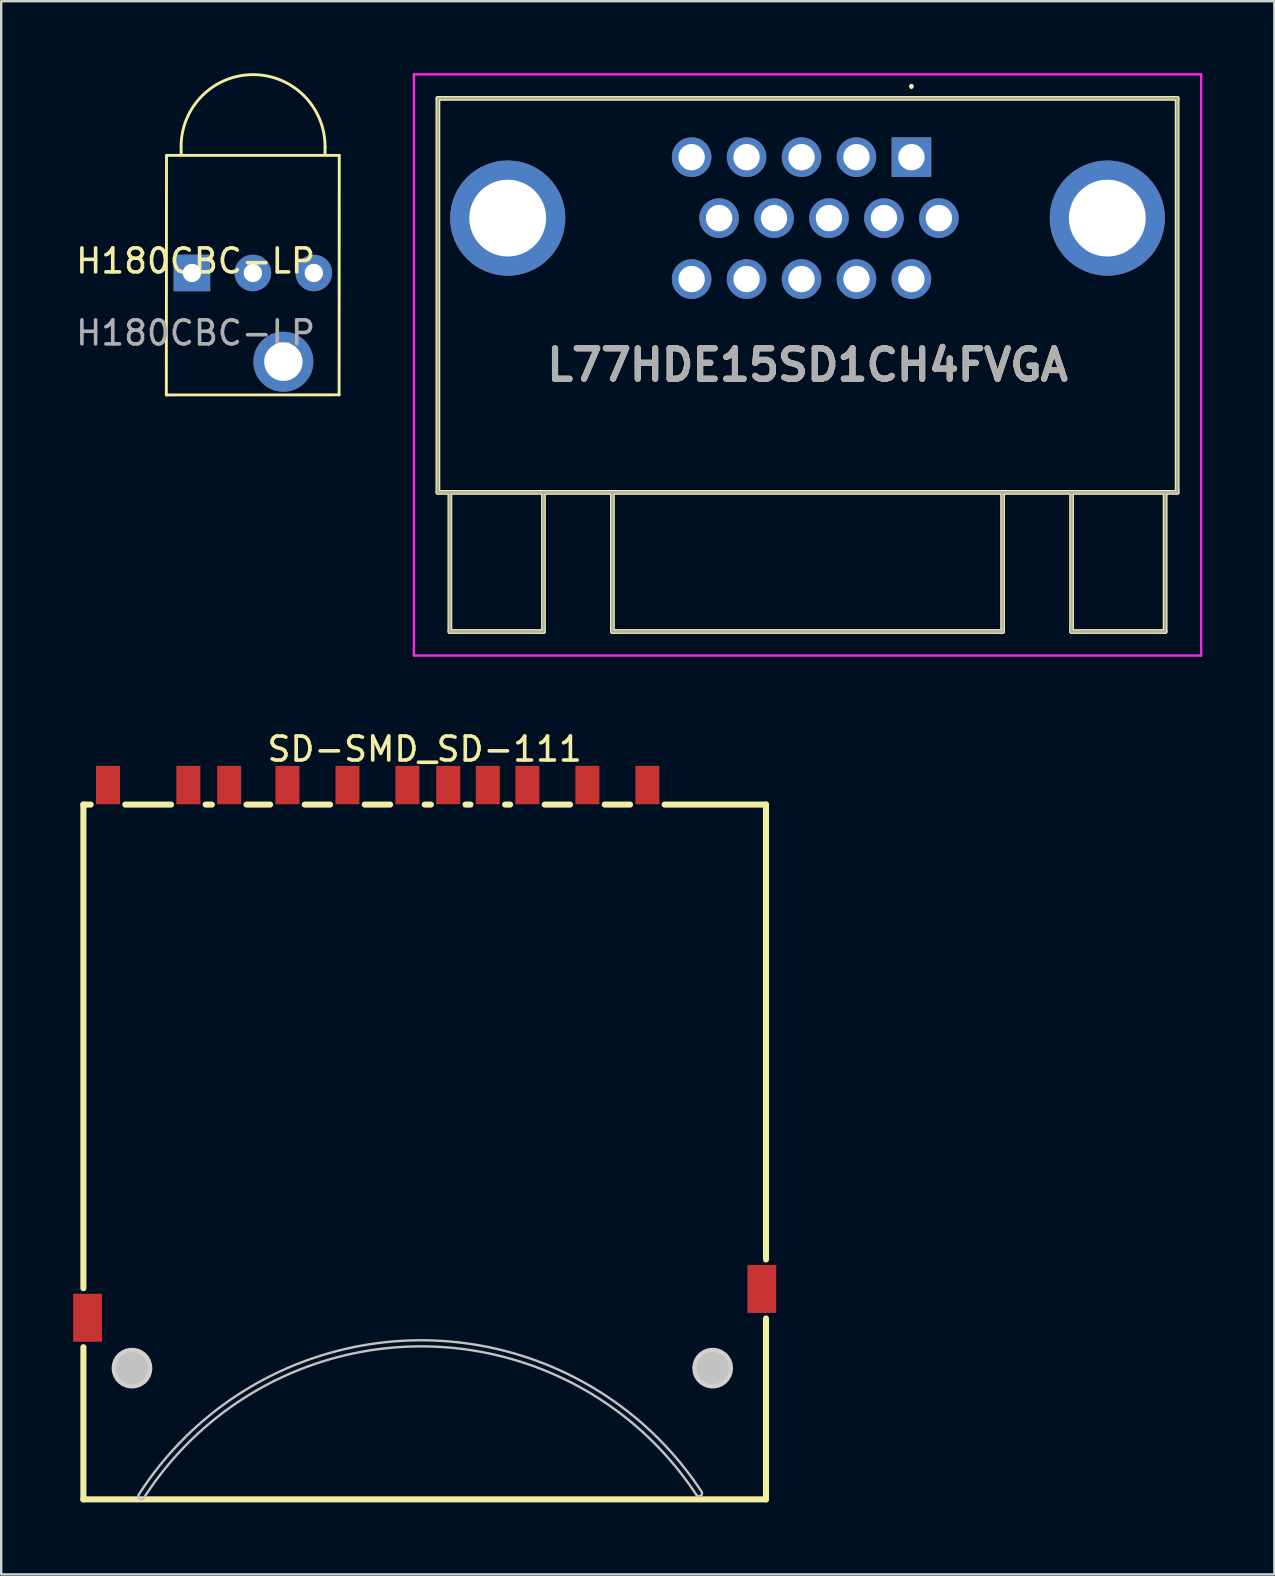
<source format=kicad_pcb>
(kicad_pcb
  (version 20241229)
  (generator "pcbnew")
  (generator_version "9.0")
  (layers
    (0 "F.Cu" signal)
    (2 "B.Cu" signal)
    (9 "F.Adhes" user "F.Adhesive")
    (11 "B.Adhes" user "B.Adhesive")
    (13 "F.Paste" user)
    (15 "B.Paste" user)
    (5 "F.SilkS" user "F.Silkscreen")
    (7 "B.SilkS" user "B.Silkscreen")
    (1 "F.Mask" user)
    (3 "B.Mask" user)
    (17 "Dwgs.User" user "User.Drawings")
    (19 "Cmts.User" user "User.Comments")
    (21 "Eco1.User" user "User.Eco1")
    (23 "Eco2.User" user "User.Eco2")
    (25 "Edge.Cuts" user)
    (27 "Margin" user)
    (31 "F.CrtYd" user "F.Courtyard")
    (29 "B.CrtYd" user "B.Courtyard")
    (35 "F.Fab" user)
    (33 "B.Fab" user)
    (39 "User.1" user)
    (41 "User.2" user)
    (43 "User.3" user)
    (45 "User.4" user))
  (footprint "SD-SMD_SD-111"
    (layer "F.Cu")
    (at 14.65 40.768)
    (property "Reference" "SD-SMD_SD-111" (at 0 -12.6 0) (layer "F.SilkS") (effects (font (size 1 1) (thickness 0.15))))
    (fp_line (start -14.224 -10.287) (end -14.224 9.87) (stroke (width 0.254) (type default)) (layer "F.SilkS"))
    (fp_line (start -14.224 12.329) (end -14.224 18.669) (stroke (width 0.254) (type default)) (layer "F.SilkS"))
    (fp_line (start -14.224 18.669) (end 14.224 18.669) (stroke (width 0.254) (type default)) (layer "F.SilkS"))
    (fp_line (start -13.922 -10.287) (end -14.224 -10.287) (stroke (width 0.254) (type default)) (layer "F.SilkS"))
    (fp_line (start -10.572 -10.287) (end -12.477 -10.287) (stroke (width 0.254) (type default)) (layer "F.SilkS"))
    (fp_line (start -8.873 -10.287) (end -9.127 -10.287) (stroke (width 0.254) (type default)) (layer "F.SilkS"))
    (fp_line (start -6.442 -10.287) (end -7.428 -10.287) (stroke (width 0.254) (type default)) (layer "F.SilkS"))
    (fp_line (start -3.942 -10.287) (end -4.997 -10.287) (stroke (width 0.254) (type default)) (layer "F.SilkS"))
    (fp_line (start -1.442 -10.287) (end -2.498 -10.287) (stroke (width 0.254) (type default)) (layer "F.SilkS"))
    (fp_line (start 0.258 -10.287) (end 0.003 -10.287) (stroke (width 0.254) (type default)) (layer "F.SilkS"))
    (fp_line (start 1.907 -10.287) (end 1.702 -10.287) (stroke (width 0.254) (type default)) (layer "F.SilkS"))
    (fp_line (start 3.558 -10.287) (end 3.353 -10.287) (stroke (width 0.254) (type default)) (layer "F.SilkS"))
    (fp_line (start 6.058 -10.287) (end 5.003 -10.287) (stroke (width 0.254) (type default)) (layer "F.SilkS"))
    (fp_line (start 8.557 -10.287) (end 7.503 -10.287) (stroke (width 0.254) (type default)) (layer "F.SilkS"))
    (fp_line (start 14.224 -10.287) (end 10.002 -10.287) (stroke (width 0.254) (type default)) (layer "F.SilkS"))
    (fp_line (start 14.224 8.671) (end 14.224 -10.287) (stroke (width 0.254) (type default)) (layer "F.SilkS"))
    (fp_line (start 14.224 18.669) (end 14.224 11.13) (stroke (width 0.254) (type default)) (layer "F.SilkS"))
    (fp_circle (center -12.2 13.2) (end -11.862 13.2) (stroke (width 0.675) (type default)) (fill no) (layer "Dwgs.User"))
    (fp_circle (center 12 13.2) (end 12.338 13.2) (stroke (width 0.675) (type default)) (fill no) (layer "Dwgs.User"))
    (fp_poly (pts (arc (start -11.704 18.6105) (mid -11.750015 18.653454) (end -11.811 18.669)) (arc (start -11.811 18.669) (mid -11.900803 18.631803) (end -11.938 18.542)) (arc (start -11.938 18.542) (mid -11.932887 18.506327) (end -11.918 18.4735)) (arc (start -11.918 18.4735) (mid -6.855722 13.753029) (end -0.1495 12.0395)) (arc (start -0.1495 12.0395) (mid 6.489705 13.7166) (end 11.536 18.3455)) (arc (start 11.536 18.3455) (mid 11.551718 18.378943) (end 11.5575 18.4155)) (arc (start 11.5575 18.4155) (mid 11.520303 18.505303) (end 11.4305 18.5425)) (arc (start 11.4305 18.5425) (mid 11.369841 18.527077) (end 11.324 18.4845)) (arc (start 11.324 18.4845) (mid 6.369245 13.939625) (end -0.1495 12.2935)) (arc (start -0.1495 12.2935) (mid -6.733809 13.975831) (end -11.704 18.6105))) (stroke (width 0.1) (type default)) (fill no) (layer "Dwgs.User"))
    (fp_poly (pts (xy -11.35 13.2) (xy -11.369 13.023) (xy -11.423 12.854) (xy -11.512 12.7) (xy -11.631 12.568) (xy -11.775 12.464) (xy -11.937 12.392) (xy -12.111 12.355) (xy -12.289 12.355) (xy -12.463 12.392) (xy -12.625 12.464) (xy -12.769 12.568) (xy -12.888 12.7) (xy -12.977 12.854) (xy -13.031 13.023) (xy -13.05 13.2) (xy -13.031 13.377) (xy -12.977 13.546) (xy -12.888 13.7) (xy -12.769 13.832) (xy -12.625 13.936) (xy -12.463 14.008) (xy -12.289 14.045) (xy -12.111 14.045) (xy -11.937 14.008) (xy -11.775 13.936) (xy -11.631 13.832) (xy -11.512 13.7) (xy -11.423 13.546) (xy -11.369 13.377)) (stroke (width 0) (type default)) (fill yes) (layer "Edge.Cuts"))
    (fp_poly (pts (xy 12.85 13.2) (xy 12.831 13.023) (xy 12.777 12.854) (xy 12.688 12.7) (xy 12.569 12.568) (xy 12.425 12.464) (xy 12.263 12.392) (xy 12.089 12.355) (xy 11.911 12.355) (xy 11.737 12.392) (xy 11.575 12.464) (xy 11.431 12.568) (xy 11.312 12.7) (xy 11.223 12.854) (xy 11.169 13.023) (xy 11.15 13.2) (xy 11.169 13.377) (xy 11.223 13.546) (xy 11.312 13.7) (xy 11.431 13.832) (xy 11.575 13.936) (xy 11.737 14.008) (xy 11.911 14.045) (xy 12.089 14.045) (xy 12.263 14.008) (xy 12.425 13.936) (xy 12.569 13.832) (xy 12.688 13.7) (xy 12.777 13.546) (xy 12.831 13.377)) (stroke (width 0) (type default)) (fill yes) (layer "Edge.Cuts"))
    (fp_poly (pts (xy -14.4 10.4) (xy -13.7 10.4) (xy -13.7 11.8) (xy -14.4 11.8)) (stroke (width 0.1) (type default)) (fill no) (layer "User.1"))
    (fp_poly (pts (xy -13.325 -11.7) (xy -13.075 -11.7) (xy -13.075 -10.3) (xy -13.325 -10.3)) (stroke (width 0.1) (type default)) (fill no) (layer "User.1"))
    (fp_poly (pts (xy -9.975 -11.7) (xy -9.725 -11.7) (xy -9.725 -10.3) (xy -9.975 -10.3)) (stroke (width 0.1) (type default)) (fill no) (layer "User.1"))
    (fp_poly (pts (xy -8.275 -11.7) (xy -8.025 -11.7) (xy -8.025 -10.3) (xy -8.275 -10.3)) (stroke (width 0.1) (type default)) (fill no) (layer "User.1"))
    (fp_poly (pts (xy -5.845 -11.7) (xy -5.595 -11.7) (xy -5.595 -10.3) (xy -5.845 -10.3)) (stroke (width 0.1) (type default)) (fill no) (layer "User.1"))
    (fp_poly (pts (xy -3.345 -11.7) (xy -3.095 -11.7) (xy -3.095 -10.3) (xy -3.345 -10.3)) (stroke (width 0.1) (type default)) (fill no) (layer "User.1"))
    (fp_poly (pts (xy -0.845 -11.7) (xy -0.595 -11.7) (xy -0.595 -10.3) (xy -0.845 -10.3)) (stroke (width 0.1) (type default)) (fill no) (layer "User.1"))
    (fp_poly (pts (xy 0.855 -11.7) (xy 1.105 -11.7) (xy 1.105 -10.3) (xy 0.855 -10.3)) (stroke (width 0.1) (type default)) (fill no) (layer "User.1"))
    (fp_poly (pts (xy 2.505 -11.7) (xy 2.755 -11.7) (xy 2.755 -10.3) (xy 2.505 -10.3)) (stroke (width 0.1) (type default)) (fill no) (layer "User.1"))
    (fp_poly (pts (xy 4.155 -11.7) (xy 4.405 -11.7) (xy 4.405 -10.3) (xy 4.155 -10.3)) (stroke (width 0.1) (type default)) (fill no) (layer "User.1"))
    (fp_poly (pts (xy 6.655 -11.7) (xy 6.905 -11.7) (xy 6.905 -10.3) (xy 6.655 -10.3)) (stroke (width 0.1) (type default)) (fill no) (layer "User.1"))
    (fp_poly (pts (xy 9.155 -11.7) (xy 9.405 -11.7) (xy 9.405 -10.3) (xy 9.155 -10.3)) (stroke (width 0.1) (type default)) (fill no) (layer "User.1"))
    (fp_poly (pts (xy 13.7 9.2) (xy 14.4 9.2) (xy 14.4 10.6) (xy 13.7 10.6)) (stroke (width 0.1) (type default)) (fill no) (layer "User.1"))
    (fp_line (start -14.25 -10.331) (end 14.25 -10.331) (stroke (width 0.051) (type default)) (layer "User.2"))
    (fp_line (start -14.25 18.669) (end -14.25 -10.331) (stroke (width 0.051) (type default)) (layer "User.2"))
    (fp_line (start 14.25 -10.331) (end 14.25 18.669) (stroke (width 0.051) (type default)) (layer "User.2"))
    (fp_line (start 14.25 18.669) (end -14.25 18.669) (stroke (width 0.051) (type default)) (layer "User.2"))
    (fp_poly (pts (xy 14.46 -11.7) (xy 14.442 -11.742) (xy 14.4 -11.76) (xy 14.358 -11.742) (xy 14.34 -11.7) (xy 14.358 -11.658) (xy 14.4 -11.64) (xy 14.442 -11.658)) (stroke (width 0.1) (type default)) (fill no) (layer "User.3"))
    (pad "1" smd rect (at 6.78 -11.1) (size 1 1.6) (layers "F.Cu" "F.Mask" "F.Paste"))
    (pad "2" smd rect (at 4.28 -11.1) (size 1 1.6) (layers "F.Cu" "F.Mask" "F.Paste"))
    (pad "3" smd rect (at 0.98 -11.1) (size 1 1.6) (layers "F.Cu" "F.Mask" "F.Paste"))
    (pad "4" smd rect (at -0.72 -11.1) (size 1 1.6) (layers "F.Cu" "F.Mask" "F.Paste"))
    (pad "5" smd rect (at -3.22 -11.1) (size 1 1.6) (layers "F.Cu" "F.Mask" "F.Paste"))
    (pad "6" smd rect (at -5.72 -11.1) (size 1 1.6) (layers "F.Cu" "F.Mask" "F.Paste"))
    (pad "7" smd rect (at -8.15 -11.1) (size 1 1.6) (layers "F.Cu" "F.Mask" "F.Paste"))
    (pad "8" smd rect (at -9.85 -11.1) (size 1 1.6) (layers "F.Cu" "F.Mask" "F.Paste"))
    (pad "9" smd rect (at 9.28 -11.1) (size 1 1.6) (layers "F.Cu" "F.Mask" "F.Paste"))
    (pad "10" smd rect (at 2.63 -11.1) (size 1 1.6) (layers "F.Cu" "F.Mask" "F.Paste"))
    (pad "11" smd rect (at -13.2 -11.1) (size 1 1.6) (layers "F.Cu" "F.Mask" "F.Paste"))
    (pad "12" smd rect (at -14.05 11.1) (size 1.2 2) (layers "F.Cu" "F.Mask" "F.Paste"))
    (pad "13" smd rect (at 14.05 9.9) (size 1.2 2) (layers "F.Cu" "F.Mask" "F.Paste")))
  (footprint "H180CBC-LP"
    (layer "F.Cu")
    (at 7.489 8.326)
    (property "Reference" "H180CBC-LP" (at -2.388 -0.5 0) (unlocked yes) (layer "F.SilkS") (effects (font (size 1 1) (thickness 0.15))))
    (attr through_hole)
    (fp_line (start -3.607 5.083) (end 3.593 5.08) (stroke (width 0.12) (type default)) (layer "F.SilkS"))
    (fp_line (start -3.6 -4.897) (end -3.607 5.083) (stroke (width 0.12) (type default)) (layer "F.SilkS"))
    (fp_line (start -3.6 -4.9) (end 3.6 -4.9) (stroke (width 0.12) (type default)) (layer "F.SilkS"))
    (fp_line (start -2.99 -5.236) (end -2.991 -4.936) (stroke (width 0.12) (type default)) (layer "F.SilkS"))
    (fp_line (start 3.008 -5.261) (end 3.007 -4.961) (stroke (width 0.12) (type default)) (layer "F.SilkS"))
    (fp_line (start 3.6 -4.9) (end 3.593 5.08) (stroke (width 0.12) (type default)) (layer "F.SilkS"))
    (fp_arc (start -2.991752 -5.264267) (mid 0.007319 -8.266121) (end 3.008247 -5.266123) (stroke (width 0.12) (type default)) (layer "F.SilkS"))
    (fp_text user "${REFERENCE}" (at -2.388 2.5 0) (unlocked yes) (layer "F.Fab") (effects (font (size 1 1) (thickness 0.15))))
    (pad "" thru_hole circle (at 1.27 3.7) (size 2.5 2.5) (drill 1.6) (layers "*.Cu" "*.Mask"))
    (pad "1" thru_hole rect (at -2.54 0) (size 1.524 1.524) (drill 0.762) (layers "*.Cu" "*.Mask"))
    (pad "2" thru_hole circle (at 0 0) (size 1.524 1.524) (drill 0.762) (layers "*.Cu" "*.Mask"))
    (pad "3" thru_hole circle (at 2.54 0) (size 1.524 1.524) (drill 0.762) (layers "*.Cu" "*.Mask")))
  (footprint "L77HDE15SD1CH4FVGA"
    (layer "F.Cu")
    (at 34.934 3.5)
    (property "Reference" "L77HDE15SD1CH4FVGA" (at -4.33 8.66 0) (layer "F.SilkS") (effects (font (size 1.27 1.27) (thickness 0.254))))
    (attr through_hole)
    (fp_line (start -19.735 -2.45) (end 11.075 -2.45) (stroke (width 0.2) (type solid)) (layer "F.SilkS"))
    (fp_line (start -19.735 13.97) (end -19.735 -2.45) (stroke (width 0.2) (type solid)) (layer "F.SilkS"))
    (fp_line (start -19.235 13.97) (end -19.235 19.77) (stroke (width 0.2) (type solid)) (layer "F.SilkS"))
    (fp_line (start -19.235 19.77) (end -15.335 19.77) (stroke (width 0.2) (type solid)) (layer "F.SilkS"))
    (fp_line (start -15.335 19.77) (end -15.335 13.97) (stroke (width 0.2) (type solid)) (layer "F.SilkS"))
    (fp_line (start -12.46 13.97) (end -12.46 19.77) (stroke (width 0.2) (type solid)) (layer "F.SilkS"))
    (fp_line (start -12.46 19.77) (end 3.8 19.77) (stroke (width 0.2) (type solid)) (layer "F.SilkS"))
    (fp_line (start 0 -3) (end 0 -3) (stroke (width 0.1) (type solid)) (layer "F.SilkS"))
    (fp_line (start 0 -2.9) (end 0 -2.9) (stroke (width 0.1) (type solid)) (layer "F.SilkS"))
    (fp_line (start 3.8 19.77) (end 3.8 13.97) (stroke (width 0.2) (type solid)) (layer "F.SilkS"))
    (fp_line (start 6.675 13.97) (end 6.675 19.77) (stroke (width 0.2) (type solid)) (layer "F.SilkS"))
    (fp_line (start 6.675 19.77) (end 10.575 19.77) (stroke (width 0.2) (type solid)) (layer "F.SilkS"))
    (fp_line (start 10.575 19.77) (end 10.575 13.97) (stroke (width 0.2) (type solid)) (layer "F.SilkS"))
    (fp_line (start 11.075 -2.45) (end 11.075 13.97) (stroke (width 0.2) (type solid)) (layer "F.SilkS"))
    (fp_line (start 11.075 13.97) (end -19.735 13.97) (stroke (width 0.2) (type solid)) (layer "F.SilkS"))
    (fp_arc (start 0 -3) (mid 0.05 -2.95) (end 0 -2.9) (stroke (width 0.1) (type solid)) (layer "F.SilkS"))
    (fp_arc (start 0 -2.9) (mid -0.05 -2.95) (end 0 -3) (stroke (width 0.1) (type solid)) (layer "F.SilkS"))
    (fp_line (start -20.735 -3.45) (end 12.075 -3.45) (stroke (width 0.1) (type solid)) (layer "F.CrtYd"))
    (fp_line (start -20.735 20.77) (end -20.735 -3.45) (stroke (width 0.1) (type solid)) (layer "F.CrtYd"))
    (fp_line (start 12.075 -3.45) (end 12.075 20.77) (stroke (width 0.1) (type solid)) (layer "F.CrtYd"))
    (fp_line (start 12.075 20.77) (end -20.735 20.77) (stroke (width 0.1) (type solid)) (layer "F.CrtYd"))
    (fp_line (start -19.735 -2.45) (end 11.075 -2.45) (stroke (width 0.1) (type solid)) (layer "F.Fab"))
    (fp_line (start -19.735 13.97) (end -19.735 -2.45) (stroke (width 0.1) (type solid)) (layer "F.Fab"))
    (fp_line (start -19.235 13.97) (end -19.235 19.77) (stroke (width 0.1) (type solid)) (layer "F.Fab"))
    (fp_line (start -19.235 19.77) (end -15.335 19.77) (stroke (width 0.1) (type solid)) (layer "F.Fab"))
    (fp_line (start -15.335 19.77) (end -15.335 13.97) (stroke (width 0.1) (type solid)) (layer "F.Fab"))
    (fp_line (start -12.46 13.97) (end -12.46 19.77) (stroke (width 0.1) (type solid)) (layer "F.Fab"))
    (fp_line (start -12.46 19.77) (end 3.8 19.77) (stroke (width 0.1) (type solid)) (layer "F.Fab"))
    (fp_line (start 3.8 19.77) (end 3.8 13.97) (stroke (width 0.1) (type solid)) (layer "F.Fab"))
    (fp_line (start 6.675 19.77) (end 6.675 13.97) (stroke (width 0.1) (type solid)) (layer "F.Fab"))
    (fp_line (start 10.575 13.97) (end 10.575 19.77) (stroke (width 0.1) (type solid)) (layer "F.Fab"))
    (fp_line (start 10.575 19.77) (end 6.675 19.77) (stroke (width 0.1) (type solid)) (layer "F.Fab"))
    (fp_line (start 11.075 -2.45) (end 11.075 13.97) (stroke (width 0.1) (type solid)) (layer "F.Fab"))
    (fp_line (start 11.075 13.97) (end -19.735 13.97) (stroke (width 0.1) (type solid)) (layer "F.Fab"))
    (fp_text user "${REFERENCE}" (at -4.33 8.66 0) (layer "F.Fab") (effects (font (size 1.27 1.27) (thickness 0.254))))
    (pad "1" thru_hole rect (at 0 0) (size 1.65 1.65) (drill 1.1) (layers "*.Cu" "*.Mask"))
    (pad "2" thru_hole circle (at -2.29 0) (size 1.65 1.65) (drill 1.1) (layers "*.Cu" "*.Mask"))
    (pad "3" thru_hole circle (at -4.58 0) (size 1.65 1.65) (drill 1.1) (layers "*.Cu" "*.Mask"))
    (pad "4" thru_hole circle (at -6.87 0) (size 1.65 1.65) (drill 1.1) (layers "*.Cu" "*.Mask"))
    (pad "5" thru_hole circle (at -9.16 0) (size 1.65 1.65) (drill 1.1) (layers "*.Cu" "*.Mask"))
    (pad "6" thru_hole circle (at 1.145 2.54) (size 1.65 1.65) (drill 1.1) (layers "*.Cu" "*.Mask"))
    (pad "7" thru_hole circle (at -1.145 2.54) (size 1.65 1.65) (drill 1.1) (layers "*.Cu" "*.Mask"))
    (pad "8" thru_hole circle (at -3.435 2.54) (size 1.65 1.65) (drill 1.1) (layers "*.Cu" "*.Mask"))
    (pad "9" thru_hole circle (at -5.725 2.54) (size 1.65 1.65) (drill 1.1) (layers "*.Cu" "*.Mask"))
    (pad "10" thru_hole circle (at -8.015 2.54) (size 1.65 1.65) (drill 1.1) (layers "*.Cu" "*.Mask"))
    (pad "11" thru_hole circle (at 0 5.08) (size 1.65 1.65) (drill 1.1) (layers "*.Cu" "*.Mask"))
    (pad "12" thru_hole circle (at -2.29 5.08) (size 1.65 1.65) (drill 1.1) (layers "*.Cu" "*.Mask"))
    (pad "13" thru_hole circle (at -4.58 5.08) (size 1.65 1.65) (drill 1.1) (layers "*.Cu" "*.Mask"))
    (pad "14" thru_hole circle (at -6.87 5.08) (size 1.65 1.65) (drill 1.1) (layers "*.Cu" "*.Mask"))
    (pad "15" thru_hole circle (at -9.16 5.08) (size 1.65 1.65) (drill 1.1) (layers "*.Cu" "*.Mask"))
    (pad "MH1" thru_hole circle (at 8.165 2.54) (size 4.8 4.8) (drill 3.2) (layers "*.Cu" "*.Mask"))
    (pad "MH2" thru_hole circle (at -16.825 2.54) (size 4.8 4.8) (drill 3.2) (layers "*.Cu" "*.Mask")))
  (gr_rect
    (start -3 -3)
    (end 50.059 62.564)
    (stroke (width 0.1) (type default))
    (fill no)
    (layer "Edge.Cuts")))
</source>
